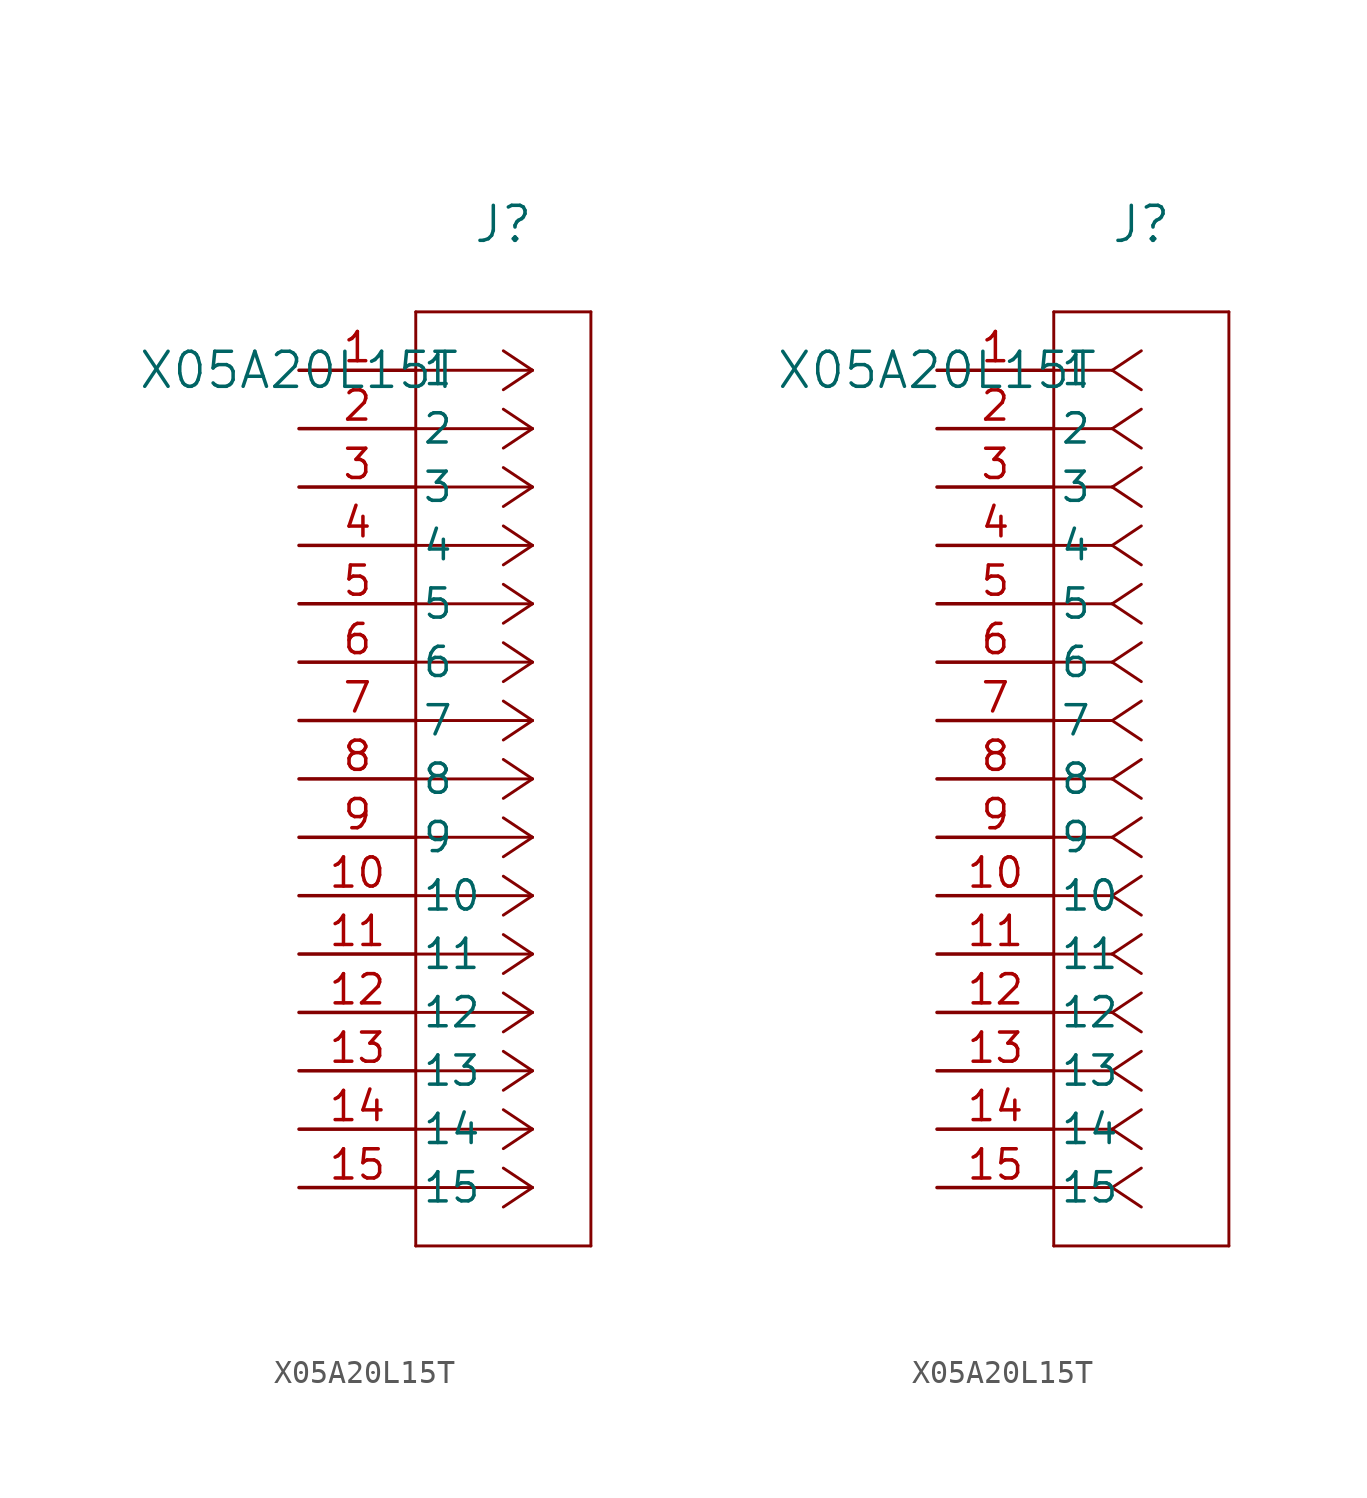
<source format=kicad_sym>
(kicad_symbol_lib
  (version 20211014)
  (generator kicad_symbol_editor)
  (symbol "X05A20L15T"
    (pin_names
      (offset 0.254))
    (property "Reference" "J"
      (at 8.89 6.35 0)
      (effects (font (size 1.524 1.524))))
    (property "Value" "X05A20L15T"
      (at 0 0 0)
      (effects (font (size 1.524 1.524))))
    (symbol "X05A20L15T_1_1"
      (polyline (pts (xy 10.16 0) (xy 5.08 0)) (stroke (width 0.127) (type default) (color 0 0 0 0)) (fill (type none)))
      (polyline (pts (xy 10.16 -2.54) (xy 5.08 -2.54)) (stroke (width 0.127) (type default) (color 0 0 0 0)) (fill (type none)))
      (polyline (pts (xy 10.16 -5.08) (xy 5.08 -5.08)) (stroke (width 0.127) (type default) (color 0 0 0 0)) (fill (type none)))
      (polyline (pts (xy 10.16 -7.62) (xy 5.08 -7.62)) (stroke (width 0.127) (type default) (color 0 0 0 0)) (fill (type none)))
      (polyline (pts (xy 10.16 -10.16) (xy 5.08 -10.16)) (stroke (width 0.127) (type default) (color 0 0 0 0)) (fill (type none)))
      (polyline (pts (xy 10.16 -12.7) (xy 5.08 -12.7)) (stroke (width 0.127) (type default) (color 0 0 0 0)) (fill (type none)))
      (polyline (pts (xy 10.16 -15.24) (xy 5.08 -15.24)) (stroke (width 0.127) (type default) (color 0 0 0 0)) (fill (type none)))
      (polyline (pts (xy 10.16 -17.78) (xy 5.08 -17.78)) (stroke (width 0.127) (type default) (color 0 0 0 0)) (fill (type none)))
      (polyline (pts (xy 10.16 -20.32) (xy 5.08 -20.32)) (stroke (width 0.127) (type default) (color 0 0 0 0)) (fill (type none)))
      (polyline (pts (xy 10.16 -22.86) (xy 5.08 -22.86)) (stroke (width 0.127) (type default) (color 0 0 0 0)) (fill (type none)))
      (polyline (pts (xy 10.16 -25.4) (xy 5.08 -25.4)) (stroke (width 0.127) (type default) (color 0 0 0 0)) (fill (type none)))
      (polyline (pts (xy 10.16 -27.94) (xy 5.08 -27.94)) (stroke (width 0.127) (type default) (color 0 0 0 0)) (fill (type none)))
      (polyline (pts (xy 10.16 -30.48) (xy 5.08 -30.48)) (stroke (width 0.127) (type default) (color 0 0 0 0)) (fill (type none)))
      (polyline (pts (xy 10.16 -33.02) (xy 5.08 -33.02)) (stroke (width 0.127) (type default) (color 0 0 0 0)) (fill (type none)))
      (polyline (pts (xy 10.16 -35.56) (xy 5.08 -35.56)) (stroke (width 0.127) (type default) (color 0 0 0 0)) (fill (type none)))
      (polyline (pts (xy 10.16 0) (xy 8.89 0.847)) (stroke (width 0.127) (type default) (color 0 0 0 0)) (fill (type none)))
      (polyline (pts (xy 10.16 -2.54) (xy 8.89 -1.693)) (stroke (width 0.127) (type default) (color 0 0 0 0)) (fill (type none)))
      (polyline (pts (xy 10.16 -5.08) (xy 8.89 -4.233)) (stroke (width 0.127) (type default) (color 0 0 0 0)) (fill (type none)))
      (polyline (pts (xy 10.16 -7.62) (xy 8.89 -6.773)) (stroke (width 0.127) (type default) (color 0 0 0 0)) (fill (type none)))
      (polyline (pts (xy 10.16 -10.16) (xy 8.89 -9.313)) (stroke (width 0.127) (type default) (color 0 0 0 0)) (fill (type none)))
      (polyline (pts (xy 10.16 -12.7) (xy 8.89 -11.853)) (stroke (width 0.127) (type default) (color 0 0 0 0)) (fill (type none)))
      (polyline (pts (xy 10.16 -15.24) (xy 8.89 -14.393)) (stroke (width 0.127) (type default) (color 0 0 0 0)) (fill (type none)))
      (polyline (pts (xy 10.16 -17.78) (xy 8.89 -16.933)) (stroke (width 0.127) (type default) (color 0 0 0 0)) (fill (type none)))
      (polyline (pts (xy 10.16 -20.32) (xy 8.89 -19.473)) (stroke (width 0.127) (type default) (color 0 0 0 0)) (fill (type none)))
      (polyline (pts (xy 10.16 -22.86) (xy 8.89 -22.013)) (stroke (width 0.127) (type default) (color 0 0 0 0)) (fill (type none)))
      (polyline (pts (xy 10.16 -25.4) (xy 8.89 -24.553)) (stroke (width 0.127) (type default) (color 0 0 0 0)) (fill (type none)))
      (polyline (pts (xy 10.16 -27.94) (xy 8.89 -27.093)) (stroke (width 0.127) (type default) (color 0 0 0 0)) (fill (type none)))
      (polyline (pts (xy 10.16 -30.48) (xy 8.89 -29.633)) (stroke (width 0.127) (type default) (color 0 0 0 0)) (fill (type none)))
      (polyline (pts (xy 10.16 -33.02) (xy 8.89 -32.173)) (stroke (width 0.127) (type default) (color 0 0 0 0)) (fill (type none)))
      (polyline (pts (xy 10.16 -35.56) (xy 8.89 -34.713)) (stroke (width 0.127) (type default) (color 0 0 0 0)) (fill (type none)))
      (polyline (pts (xy 10.16 0) (xy 8.89 -0.847)) (stroke (width 0.127) (type default) (color 0 0 0 0)) (fill (type none)))
      (polyline (pts (xy 10.16 -2.54) (xy 8.89 -3.387)) (stroke (width 0.127) (type default) (color 0 0 0 0)) (fill (type none)))
      (polyline (pts (xy 10.16 -5.08) (xy 8.89 -5.927)) (stroke (width 0.127) (type default) (color 0 0 0 0)) (fill (type none)))
      (polyline (pts (xy 10.16 -7.62) (xy 8.89 -8.467)) (stroke (width 0.127) (type default) (color 0 0 0 0)) (fill (type none)))
      (polyline (pts (xy 10.16 -10.16) (xy 8.89 -11.007)) (stroke (width 0.127) (type default) (color 0 0 0 0)) (fill (type none)))
      (polyline (pts (xy 10.16 -12.7) (xy 8.89 -13.547)) (stroke (width 0.127) (type default) (color 0 0 0 0)) (fill (type none)))
      (polyline (pts (xy 10.16 -15.24) (xy 8.89 -16.087)) (stroke (width 0.127) (type default) (color 0 0 0 0)) (fill (type none)))
      (polyline (pts (xy 10.16 -17.78) (xy 8.89 -18.627)) (stroke (width 0.127) (type default) (color 0 0 0 0)) (fill (type none)))
      (polyline (pts (xy 10.16 -20.32) (xy 8.89 -21.167)) (stroke (width 0.127) (type default) (color 0 0 0 0)) (fill (type none)))
      (polyline (pts (xy 10.16 -22.86) (xy 8.89 -23.707)) (stroke (width 0.127) (type default) (color 0 0 0 0)) (fill (type none)))
      (polyline (pts (xy 10.16 -25.4) (xy 8.89 -26.247)) (stroke (width 0.127) (type default) (color 0 0 0 0)) (fill (type none)))
      (polyline (pts (xy 10.16 -27.94) (xy 8.89 -28.787)) (stroke (width 0.127) (type default) (color 0 0 0 0)) (fill (type none)))
      (polyline (pts (xy 10.16 -30.48) (xy 8.89 -31.327)) (stroke (width 0.127) (type default) (color 0 0 0 0)) (fill (type none)))
      (polyline (pts (xy 10.16 -33.02) (xy 8.89 -33.867)) (stroke (width 0.127) (type default) (color 0 0 0 0)) (fill (type none)))
      (polyline (pts (xy 10.16 -35.56) (xy 8.89 -36.407)) (stroke (width 0.127) (type default) (color 0 0 0 0)) (fill (type none)))
      (polyline (pts (xy 5.08 2.54) (xy 5.08 -38.1)) (stroke (width 0.127) (type default) (color 0 0 0 0)) (fill (type none)))
      (polyline (pts (xy 5.08 -38.1) (xy 12.7 -38.1)) (stroke (width 0.127) (type default) (color 0 0 0 0)) (fill (type none)))
      (polyline (pts (xy 12.7 -38.1) (xy 12.7 2.54)) (stroke (width 0.127) (type default) (color 0 0 0 0)) (fill (type none)))
      (polyline (pts (xy 12.7 2.54) (xy 5.08 2.54)) (stroke (width 0.127) (type default) (color 0 0 0 0)) (fill (type none)))
      (pin unspecified line (at 0 0 0) (length 5.08) (name "1" (effects (font (size 1.27 1.27)))) (number "1" (effects (font (size 1.27 1.27)))))
      (pin unspecified line (at 0 -2.54 0) (length 5.08) (name "2" (effects (font (size 1.27 1.27)))) (number "2" (effects (font (size 1.27 1.27)))))
      (pin unspecified line (at 0 -5.08 0) (length 5.08) (name "3" (effects (font (size 1.27 1.27)))) (number "3" (effects (font (size 1.27 1.27)))))
      (pin unspecified line (at 0 -7.62 0) (length 5.08) (name "4" (effects (font (size 1.27 1.27)))) (number "4" (effects (font (size 1.27 1.27)))))
      (pin unspecified line (at 0 -10.16 0) (length 5.08) (name "5" (effects (font (size 1.27 1.27)))) (number "5" (effects (font (size 1.27 1.27)))))
      (pin unspecified line (at 0 -12.7 0) (length 5.08) (name "6" (effects (font (size 1.27 1.27)))) (number "6" (effects (font (size 1.27 1.27)))))
      (pin unspecified line (at 0 -15.24 0) (length 5.08) (name "7" (effects (font (size 1.27 1.27)))) (number "7" (effects (font (size 1.27 1.27)))))
      (pin unspecified line (at 0 -17.78 0) (length 5.08) (name "8" (effects (font (size 1.27 1.27)))) (number "8" (effects (font (size 1.27 1.27)))))
      (pin unspecified line (at 0 -20.32 0) (length 5.08) (name "9" (effects (font (size 1.27 1.27)))) (number "9" (effects (font (size 1.27 1.27)))))
      (pin unspecified line (at 0 -22.86 0) (length 5.08) (name "10" (effects (font (size 1.27 1.27)))) (number "10" (effects (font (size 1.27 1.27)))))
      (pin unspecified line (at 0 -25.4 0) (length 5.08) (name "11" (effects (font (size 1.27 1.27)))) (number "11" (effects (font (size 1.27 1.27)))))
      (pin unspecified line (at 0 -27.94 0) (length 5.08) (name "12" (effects (font (size 1.27 1.27)))) (number "12" (effects (font (size 1.27 1.27)))))
      (pin unspecified line (at 0 -30.48 0) (length 5.08) (name "13" (effects (font (size 1.27 1.27)))) (number "13" (effects (font (size 1.27 1.27)))))
      (pin unspecified line (at 0 -33.02 0) (length 5.08) (name "14" (effects (font (size 1.27 1.27)))) (number "14" (effects (font (size 1.27 1.27)))))
      (pin unspecified line (at 0 -35.56 0) (length 5.08) (name "15" (effects (font (size 1.27 1.27)))) (number "15" (effects (font (size 1.27 1.27))))))
    (symbol "X05A20L15T_1_2"
      (polyline (pts (xy 7.62 0) (xy 5.08 0)) (stroke (width 0.127) (type default) (color 0 0 0 0)) (fill (type none)))
      (polyline (pts (xy 7.62 -2.54) (xy 5.08 -2.54)) (stroke (width 0.127) (type default) (color 0 0 0 0)) (fill (type none)))
      (polyline (pts (xy 7.62 -5.08) (xy 5.08 -5.08)) (stroke (width 0.127) (type default) (color 0 0 0 0)) (fill (type none)))
      (polyline (pts (xy 7.62 -7.62) (xy 5.08 -7.62)) (stroke (width 0.127) (type default) (color 0 0 0 0)) (fill (type none)))
      (polyline (pts (xy 7.62 -10.16) (xy 5.08 -10.16)) (stroke (width 0.127) (type default) (color 0 0 0 0)) (fill (type none)))
      (polyline (pts (xy 7.62 -12.7) (xy 5.08 -12.7)) (stroke (width 0.127) (type default) (color 0 0 0 0)) (fill (type none)))
      (polyline (pts (xy 7.62 -15.24) (xy 5.08 -15.24)) (stroke (width 0.127) (type default) (color 0 0 0 0)) (fill (type none)))
      (polyline (pts (xy 7.62 -17.78) (xy 5.08 -17.78)) (stroke (width 0.127) (type default) (color 0 0 0 0)) (fill (type none)))
      (polyline (pts (xy 7.62 -20.32) (xy 5.08 -20.32)) (stroke (width 0.127) (type default) (color 0 0 0 0)) (fill (type none)))
      (polyline (pts (xy 7.62 -22.86) (xy 5.08 -22.86)) (stroke (width 0.127) (type default) (color 0 0 0 0)) (fill (type none)))
      (polyline (pts (xy 7.62 -25.4) (xy 5.08 -25.4)) (stroke (width 0.127) (type default) (color 0 0 0 0)) (fill (type none)))
      (polyline (pts (xy 7.62 -27.94) (xy 5.08 -27.94)) (stroke (width 0.127) (type default) (color 0 0 0 0)) (fill (type none)))
      (polyline (pts (xy 7.62 -30.48) (xy 5.08 -30.48)) (stroke (width 0.127) (type default) (color 0 0 0 0)) (fill (type none)))
      (polyline (pts (xy 7.62 -33.02) (xy 5.08 -33.02)) (stroke (width 0.127) (type default) (color 0 0 0 0)) (fill (type none)))
      (polyline (pts (xy 7.62 -35.56) (xy 5.08 -35.56)) (stroke (width 0.127) (type default) (color 0 0 0 0)) (fill (type none)))
      (polyline (pts (xy 7.62 0) (xy 8.89 0.847)) (stroke (width 0.127) (type default) (color 0 0 0 0)) (fill (type none)))
      (polyline (pts (xy 7.62 -2.54) (xy 8.89 -1.693)) (stroke (width 0.127) (type default) (color 0 0 0 0)) (fill (type none)))
      (polyline (pts (xy 7.62 -5.08) (xy 8.89 -4.233)) (stroke (width 0.127) (type default) (color 0 0 0 0)) (fill (type none)))
      (polyline (pts (xy 7.62 -7.62) (xy 8.89 -6.773)) (stroke (width 0.127) (type default) (color 0 0 0 0)) (fill (type none)))
      (polyline (pts (xy 7.62 -10.16) (xy 8.89 -9.313)) (stroke (width 0.127) (type default) (color 0 0 0 0)) (fill (type none)))
      (polyline (pts (xy 7.62 -12.7) (xy 8.89 -11.853)) (stroke (width 0.127) (type default) (color 0 0 0 0)) (fill (type none)))
      (polyline (pts (xy 7.62 -15.24) (xy 8.89 -14.393)) (stroke (width 0.127) (type default) (color 0 0 0 0)) (fill (type none)))
      (polyline (pts (xy 7.62 -17.78) (xy 8.89 -16.933)) (stroke (width 0.127) (type default) (color 0 0 0 0)) (fill (type none)))
      (polyline (pts (xy 7.62 -20.32) (xy 8.89 -19.473)) (stroke (width 0.127) (type default) (color 0 0 0 0)) (fill (type none)))
      (polyline (pts (xy 7.62 -22.86) (xy 8.89 -22.013)) (stroke (width 0.127) (type default) (color 0 0 0 0)) (fill (type none)))
      (polyline (pts (xy 7.62 -25.4) (xy 8.89 -24.553)) (stroke (width 0.127) (type default) (color 0 0 0 0)) (fill (type none)))
      (polyline (pts (xy 7.62 -27.94) (xy 8.89 -27.093)) (stroke (width 0.127) (type default) (color 0 0 0 0)) (fill (type none)))
      (polyline (pts (xy 7.62 -30.48) (xy 8.89 -29.633)) (stroke (width 0.127) (type default) (color 0 0 0 0)) (fill (type none)))
      (polyline (pts (xy 7.62 -33.02) (xy 8.89 -32.173)) (stroke (width 0.127) (type default) (color 0 0 0 0)) (fill (type none)))
      (polyline (pts (xy 7.62 -35.56) (xy 8.89 -34.713)) (stroke (width 0.127) (type default) (color 0 0 0 0)) (fill (type none)))
      (polyline (pts (xy 7.62 0) (xy 8.89 -0.847)) (stroke (width 0.127) (type default) (color 0 0 0 0)) (fill (type none)))
      (polyline (pts (xy 7.62 -2.54) (xy 8.89 -3.387)) (stroke (width 0.127) (type default) (color 0 0 0 0)) (fill (type none)))
      (polyline (pts (xy 7.62 -5.08) (xy 8.89 -5.927)) (stroke (width 0.127) (type default) (color 0 0 0 0)) (fill (type none)))
      (polyline (pts (xy 7.62 -7.62) (xy 8.89 -8.467)) (stroke (width 0.127) (type default) (color 0 0 0 0)) (fill (type none)))
      (polyline (pts (xy 7.62 -10.16) (xy 8.89 -11.007)) (stroke (width 0.127) (type default) (color 0 0 0 0)) (fill (type none)))
      (polyline (pts (xy 7.62 -12.7) (xy 8.89 -13.547)) (stroke (width 0.127) (type default) (color 0 0 0 0)) (fill (type none)))
      (polyline (pts (xy 7.62 -15.24) (xy 8.89 -16.087)) (stroke (width 0.127) (type default) (color 0 0 0 0)) (fill (type none)))
      (polyline (pts (xy 7.62 -17.78) (xy 8.89 -18.627)) (stroke (width 0.127) (type default) (color 0 0 0 0)) (fill (type none)))
      (polyline (pts (xy 7.62 -20.32) (xy 8.89 -21.167)) (stroke (width 0.127) (type default) (color 0 0 0 0)) (fill (type none)))
      (polyline (pts (xy 7.62 -22.86) (xy 8.89 -23.707)) (stroke (width 0.127) (type default) (color 0 0 0 0)) (fill (type none)))
      (polyline (pts (xy 7.62 -25.4) (xy 8.89 -26.247)) (stroke (width 0.127) (type default) (color 0 0 0 0)) (fill (type none)))
      (polyline (pts (xy 7.62 -27.94) (xy 8.89 -28.787)) (stroke (width 0.127) (type default) (color 0 0 0 0)) (fill (type none)))
      (polyline (pts (xy 7.62 -30.48) (xy 8.89 -31.327)) (stroke (width 0.127) (type default) (color 0 0 0 0)) (fill (type none)))
      (polyline (pts (xy 7.62 -33.02) (xy 8.89 -33.867)) (stroke (width 0.127) (type default) (color 0 0 0 0)) (fill (type none)))
      (polyline (pts (xy 7.62 -35.56) (xy 8.89 -36.407)) (stroke (width 0.127) (type default) (color 0 0 0 0)) (fill (type none)))
      (polyline (pts (xy 5.08 2.54) (xy 5.08 -38.1)) (stroke (width 0.127) (type default) (color 0 0 0 0)) (fill (type none)))
      (polyline (pts (xy 5.08 -38.1) (xy 12.7 -38.1)) (stroke (width 0.127) (type default) (color 0 0 0 0)) (fill (type none)))
      (polyline (pts (xy 12.7 -38.1) (xy 12.7 2.54)) (stroke (width 0.127) (type default) (color 0 0 0 0)) (fill (type none)))
      (polyline (pts (xy 12.7 2.54) (xy 5.08 2.54)) (stroke (width 0.127) (type default) (color 0 0 0 0)) (fill (type none)))
      (pin unspecified line (at 0 0 0) (length 5.08) (name "1" (effects (font (size 1.27 1.27)))) (number "1" (effects (font (size 1.27 1.27)))))
      (pin unspecified line (at 0 -2.54 0) (length 5.08) (name "2" (effects (font (size 1.27 1.27)))) (number "2" (effects (font (size 1.27 1.27)))))
      (pin unspecified line (at 0 -5.08 0) (length 5.08) (name "3" (effects (font (size 1.27 1.27)))) (number "3" (effects (font (size 1.27 1.27)))))
      (pin unspecified line (at 0 -7.62 0) (length 5.08) (name "4" (effects (font (size 1.27 1.27)))) (number "4" (effects (font (size 1.27 1.27)))))
      (pin unspecified line (at 0 -10.16 0) (length 5.08) (name "5" (effects (font (size 1.27 1.27)))) (number "5" (effects (font (size 1.27 1.27)))))
      (pin unspecified line (at 0 -12.7 0) (length 5.08) (name "6" (effects (font (size 1.27 1.27)))) (number "6" (effects (font (size 1.27 1.27)))))
      (pin unspecified line (at 0 -15.24 0) (length 5.08) (name "7" (effects (font (size 1.27 1.27)))) (number "7" (effects (font (size 1.27 1.27)))))
      (pin unspecified line (at 0 -17.78 0) (length 5.08) (name "8" (effects (font (size 1.27 1.27)))) (number "8" (effects (font (size 1.27 1.27)))))
      (pin unspecified line (at 0 -20.32 0) (length 5.08) (name "9" (effects (font (size 1.27 1.27)))) (number "9" (effects (font (size 1.27 1.27)))))
      (pin unspecified line (at 0 -22.86 0) (length 5.08) (name "10" (effects (font (size 1.27 1.27)))) (number "10" (effects (font (size 1.27 1.27)))))
      (pin unspecified line (at 0 -25.4 0) (length 5.08) (name "11" (effects (font (size 1.27 1.27)))) (number "11" (effects (font (size 1.27 1.27)))))
      (pin unspecified line (at 0 -27.94 0) (length 5.08) (name "12" (effects (font (size 1.27 1.27)))) (number "12" (effects (font (size 1.27 1.27)))))
      (pin unspecified line (at 0 -30.48 0) (length 5.08) (name "13" (effects (font (size 1.27 1.27)))) (number "13" (effects (font (size 1.27 1.27)))))
      (pin unspecified line (at 0 -33.02 0) (length 5.08) (name "14" (effects (font (size 1.27 1.27)))) (number "14" (effects (font (size 1.27 1.27)))))
      (pin unspecified line (at 0 -35.56 0) (length 5.08) (name "15" (effects (font (size 1.27 1.27)))) (number "15" (effects (font (size 1.27 1.27))))))))
</source>
